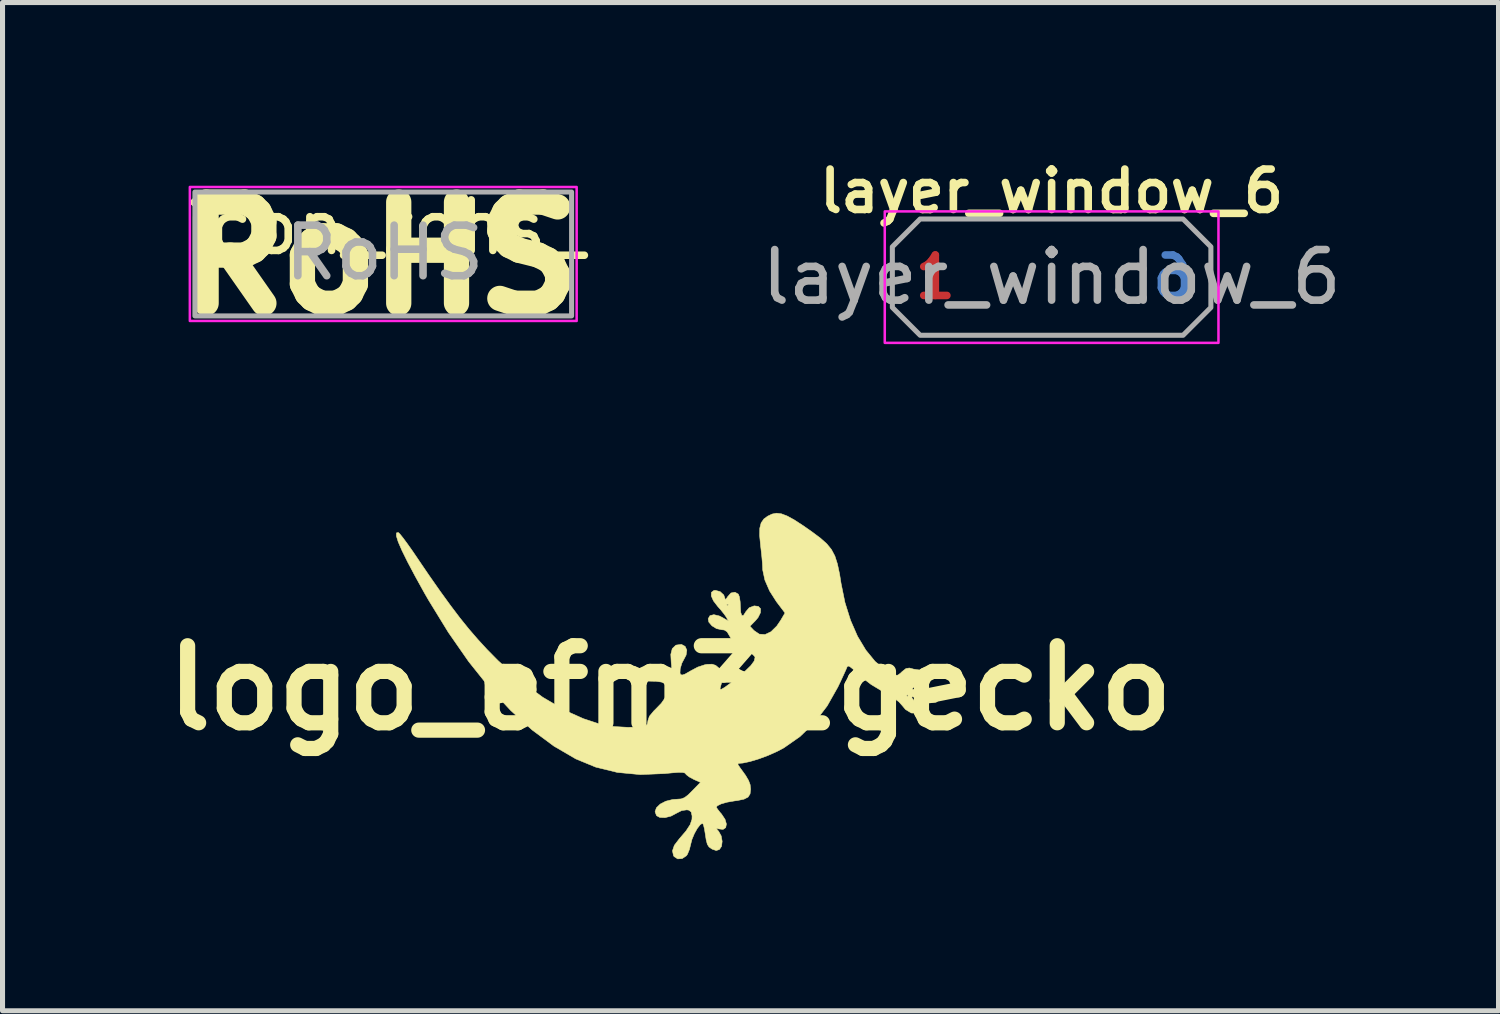
<source format=kicad_pcb>
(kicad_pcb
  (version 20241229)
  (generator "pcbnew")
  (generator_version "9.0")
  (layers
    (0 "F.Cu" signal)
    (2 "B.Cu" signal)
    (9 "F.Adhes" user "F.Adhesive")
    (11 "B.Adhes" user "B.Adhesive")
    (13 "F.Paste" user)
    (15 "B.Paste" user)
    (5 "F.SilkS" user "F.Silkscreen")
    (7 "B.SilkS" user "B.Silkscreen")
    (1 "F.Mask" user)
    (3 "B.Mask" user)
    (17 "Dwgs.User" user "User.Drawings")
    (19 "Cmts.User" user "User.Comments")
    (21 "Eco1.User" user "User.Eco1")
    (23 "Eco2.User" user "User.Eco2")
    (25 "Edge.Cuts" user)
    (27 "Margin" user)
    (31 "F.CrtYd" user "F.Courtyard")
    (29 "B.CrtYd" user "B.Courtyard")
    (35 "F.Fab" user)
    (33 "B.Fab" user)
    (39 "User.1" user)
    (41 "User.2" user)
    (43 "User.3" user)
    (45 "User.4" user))
  (footprint "icon_rohs_"
    (layer "F.Cu")
    (at 4.555 1.948)
    (property "Reference" "icon_rohs_" (at 0 -0.5 0) (unlocked yes) (layer "F.SilkS") (effects (font (size 1 1) (thickness 0.15))))
    (attr exclude_from_pos_files exclude_from_bom)
    (fp_rect (start -3.85 -1.3) (end 3.8 1.35) (stroke (width 0.05) (type solid)) (fill no) (layer "F.CrtYd"))
    (fp_rect (start 3.7 -1.2) (end -3.75 1.25) (stroke (width 0.1) (type solid)) (fill no) (layer "F.Fab"))
    (fp_text user "RoHS" (at -0.1 0.1 0) (unlocked yes) (layer "F.SilkS") (effects (font (size 2 2) (thickness 0.5))))
    (fp_text user "RoHS" (at 0 0 0) (unlocked yes) (layer "F.Fab") (effects (font (size 1 1) (thickness 0.15)))))
  (footprint "layer_window_6"
    (layer "F.Cu")
    (at 17.749 2.431)
    (property "Reference" "layer_window_6" (at 0 -1.7 0) (layer "F.SilkS") (effects (font (size 0.8 0.8) (thickness 0.15))))
    (fp_rect (start -2.6 -0.6) (end 2.6 0.6) (stroke (width 1.2) (type solid)) (fill yes) (layer "F.Mask"))
    (fp_rect (start -2.6 -0.6) (end 2.6 0.6) (stroke (width 1.2) (type solid)) (fill yes) (layer "B.Mask"))
    (fp_rect (start -3.3 -1.3) (end 3.3 1.3) (stroke (width 0.05) (type default)) (fill no) (layer "F.CrtYd"))
    (fp_poly (pts (xy -2.6 -1.15) (xy -3.15 -0.6) (xy -3.15 0.6) (xy -2.6 1.15) (xy 2.6 1.15) (xy 3.15 0.6) (xy 3.15 -0.6) (xy 2.6 -1.15)) (stroke (width 0.1) (type solid)) (fill no) (layer "F.Fab"))
    (fp_text user "1" (at -2.3 0 0) (unlocked yes) (layer "F.Cu") (effects (font (size 0.8 0.8) (thickness 0.15))))
    (fp_text user "6" (at 2.4 0 0) (unlocked yes) (layer "B.Cu") (effects (font (size 0.8 0.8) (thickness 0.15)) (justify mirror)))
    (fp_text user "2" (at -1.44 -0.02 0) (unlocked yes) (layer "In1.Cu") (effects (font (size 0.8 0.8) (thickness 0.15))))
    (fp_text user "3" (at -0.46 0.01 0) (unlocked yes) (layer "In2.Cu") (effects (font (size 0.8 0.8) (thickness 0.15))))
    (fp_text user "4" (at 0.49 0 0) (unlocked yes) (layer "In3.Cu") (effects (font (size 0.8 0.8) (thickness 0.15)) (justify mirror)))
    (fp_text user "5" (at 1.54 0 0) (unlocked yes) (layer "In4.Cu") (effects (font (size 0.8 0.8) (thickness 0.15)) (justify mirror)))
    (fp_text user "${REFERENCE}" (at 0 0 0) (layer "F.Fab") (effects (font (size 1 1) (thickness 0.15))))
    (zone (net_name "") (layers "F.Cu" "B.Cu") (name "layer_window_keepout") (hatch edge 0.5) (connect_pads) (min_thickness 0.25) (filled_areas_thickness no) (keepout (tracks not_allowed) (vias not_allowed) (pads not_allowed) (copperpour not_allowed) (footprints not_allowed)) (placement (enabled no)) (fill) (polygon (pts (xy 15.116 1.433) (xy 15.076 1.438) (xy 15.037 1.447) (xy 14.999 1.461) (xy 14.963 1.477) (xy 14.929 1.498) (xy 14.896 1.521) (xy 14.867 1.548) (xy 14.84 1.577) (xy 14.816 1.609) (xy 14.795 1.644) (xy 14.779 1.68) (xy 14.765 1.718) (xy 14.756 1.757) (xy 14.75 1.796) (xy 14.749 1.831) (xy 14.749 3.031) (xy 14.749 3.048) (xy 14.753 3.087) (xy 14.76 3.127) (xy 14.772 3.165) (xy 14.787 3.202) (xy 14.806 3.237) (xy 14.828 3.27) (xy 14.854 3.301) (xy 14.882 3.329) (xy 14.914 3.355) (xy 14.947 3.377) (xy 14.982 3.395) (xy 15.019 3.41) (xy 15.058 3.421) (xy 15.097 3.428) (xy 15.138 3.431) (xy 15.149 3.431) (xy 20.349 3.431) (xy 20.382 3.43) (xy 20.422 3.425) (xy 20.46 3.415) (xy 20.498 3.402) (xy 20.535 3.385) (xy 20.569 3.365) (xy 20.601 3.341) (xy 20.631 3.315) (xy 20.658 3.285) (xy 20.682 3.253) (xy 20.702 3.219) (xy 20.719 3.182) (xy 20.732 3.145) (xy 20.742 3.106) (xy 20.747 3.066) (xy 20.749 3.031) (xy 20.749 1.831) (xy 20.748 1.803) (xy 20.743 1.763) (xy 20.734 1.724) (xy 20.722 1.686) (xy 20.705 1.65) (xy 20.685 1.615) (xy 20.662 1.583) (xy 20.636 1.553) (xy 20.606 1.525) (xy 20.575 1.501) (xy 20.541 1.48) (xy 20.505 1.463) (xy 20.467 1.45) (xy 20.428 1.44) (xy 20.389 1.433) (xy 20.349 1.431) (xy 15.149 1.431)))))
  (footprint "logo_efm32gecko"
    (layer "F.Cu")
    (at 10.204 10.556)
    (property "Reference" "logo_efm32gecko" (at 0 0 0) (layer "F.SilkS") (effects (font (size 1.524 1.524) (thickness 0.3))))
    (attr through_hole)
    (fp_poly (pts (xy 2.201 -3.444) (xy 2.316 -3.4) (xy 2.458 -3.322) (xy 2.636 -3.206) (xy 2.806 -3.087) (xy 2.972 -2.963) (xy 3.097 -2.852) (xy 3.19 -2.738) (xy 3.258 -2.61) (xy 3.309 -2.451) (xy 3.352 -2.249) (xy 3.381 -2.066) (xy 3.458 -1.688) (xy 3.568 -1.338) (xy 3.706 -1.022) (xy 3.87 -0.749) (xy 4.054 -0.524) (xy 4.255 -0.355) (xy 4.373 -0.287) (xy 4.453 -0.252) (xy 4.504 -0.253) (xy 4.556 -0.292) (xy 4.586 -0.321) (xy 4.664 -0.383) (xy 4.731 -0.394) (xy 4.752 -0.389) (xy 4.815 -0.372) (xy 4.899 -0.359) (xy 5.024 -0.346) (xy 5.063 -0.343) (xy 5.105 -0.314) (xy 5.109 -0.254) (xy 5.077 -0.185) (xy 5.055 -0.162) (xy 4.984 -0.111) (xy 4.891 -0.057) (xy 4.882 -0.052) (xy 4.814 -0.011) (xy 4.786 0.019) (xy 4.787 0.023) (xy 4.828 0.032) (xy 4.916 0.038) (xy 5.008 0.038) (xy 5.159 0.049) (xy 5.27 0.084) (xy 5.334 0.136) (xy 5.342 0.203) (xy 5.331 0.226) (xy 5.259 0.284) (xy 5.148 0.295) (xy 5.011 0.259) (xy 4.966 0.239) (xy 4.848 0.188) (xy 4.786 0.173) (xy 4.781 0.197) (xy 4.831 0.258) (xy 4.861 0.286) (xy 4.944 0.381) (xy 4.966 0.451) (xy 4.928 0.494) (xy 4.897 0.503) (xy 4.768 0.495) (xy 4.654 0.425) (xy 4.597 0.356) (xy 4.523 0.273) (xy 4.4 0.183) (xy 4.347 0.152) (xy 4.674 0.152) (xy 4.691 0.169) (xy 4.707 0.152) (xy 4.691 0.135) (xy 4.674 0.152) (xy 4.347 0.152) (xy 4.22 0.08) (xy 4.216 0.077) (xy 3.975 -0.068) (xy 3.769 -0.227) (xy 3.715 -0.278) (xy 3.616 -0.373) (xy 3.553 -0.423) (xy 3.517 -0.434) (xy 3.499 -0.414) (xy 3.477 -0.361) (xy 3.432 -0.262) (xy 3.372 -0.132) (xy 3.317 -0.017) (xy 3.106 0.356) (xy 2.855 0.685) (xy 2.568 0.962) (xy 2.252 1.183) (xy 2.117 1.255) (xy 1.938 1.335) (xy 1.752 1.404) (xy 1.579 1.456) (xy 1.436 1.486) (xy 1.379 1.49) (xy 1.342 1.495) (xy 1.343 1.52) (xy 1.384 1.58) (xy 1.395 1.595) (xy 1.492 1.729) (xy 1.551 1.83) (xy 1.582 1.912) (xy 1.591 1.994) (xy 1.592 2.002) (xy 1.581 2.096) (xy 1.541 2.159) (xy 1.461 2.2) (xy 1.327 2.228) (xy 1.276 2.234) (xy 1.126 2.26) (xy 1.007 2.294) (xy 0.933 2.331) (xy 0.914 2.359) (xy 0.935 2.394) (xy 0.986 2.46) (xy 1.016 2.494) (xy 1.086 2.599) (xy 1.113 2.692) (xy 1.099 2.763) (xy 1.047 2.798) (xy 0.958 2.788) (xy 0.957 2.787) (xy 0.92 2.777) (xy 0.927 2.798) (xy 0.961 2.838) (xy 1.01 2.927) (xy 1.029 3.034) (xy 1.017 3.132) (xy 0.974 3.196) (xy 0.973 3.196) (xy 0.911 3.216) (xy 0.835 3.19) (xy 0.821 3.182) (xy 0.769 3.145) (xy 0.736 3.093) (xy 0.713 3.006) (xy 0.697 2.903) (xy 0.679 2.789) (xy 0.659 2.708) (xy 0.642 2.675) (xy 0.642 2.675) (xy 0.594 2.705) (xy 0.536 2.78) (xy 0.479 2.882) (xy 0.432 2.994) (xy 0.409 3.083) (xy 0.381 3.196) (xy 0.342 3.29) (xy 0.322 3.319) (xy 0.238 3.375) (xy 0.15 3.381) (xy 0.079 3.336) (xy 0.067 3.318) (xy 0.046 3.222) (xy 0.083 3.113) (xy 0.18 2.986) (xy 0.185 2.98) (xy 0.315 2.828) (xy 0.396 2.704) (xy 0.432 2.599) (xy 0.434 2.532) (xy 0.416 2.453) (xy 0.372 2.418) (xy 0.33 2.411) (xy 0.227 2.426) (xy 0.134 2.473) (xy 0.018 2.535) (xy -0.101 2.565) (xy -0.205 2.561) (xy -0.269 2.526) (xy -0.298 2.448) (xy -0.271 2.37) (xy -0.197 2.298) (xy -0.087 2.241) (xy 0.05 2.207) (xy 0.137 2.201) (xy 0.218 2.195) (xy 0.286 2.169) (xy 0.36 2.112) (xy 0.437 2.035) (xy 0.6 1.868) (xy 0.468 1.809) (xy 0.379 1.761) (xy 0.318 1.714) (xy 0.309 1.701) (xy 0.288 1.681) (xy 0.245 1.671) (xy 0.169 1.67) (xy 0.048 1.679) (xy -0.11 1.694) (xy -0.59 1.714) (xy -1.044 1.671) (xy -1.472 1.566) (xy -1.865 1.404) (xy -2.3 1.15) (xy -2.731 0.83) (xy -3.156 0.443) (xy -3.574 -0.008) (xy -3.985 -0.522) (xy -4.387 -1.1) (xy -4.779 -1.739) (xy -4.858 -1.876) (xy -5.044 -2.212) (xy -5.193 -2.493) (xy -5.304 -2.718) (xy -5.378 -2.888) (xy -5.414 -3.004) (xy -5.413 -3.066) (xy -5.376 -3.074) (xy -5.344 -3.043) (xy -5.281 -2.965) (xy -5.197 -2.851) (xy -5.097 -2.71) (xy -5.038 -2.623) (xy -4.782 -2.246) (xy -4.554 -1.92) (xy -4.348 -1.636) (xy -4.159 -1.386) (xy -3.979 -1.163) (xy -3.803 -0.959) (xy -3.625 -0.765) (xy -3.438 -0.575) (xy -3.399 -0.536) (xy -2.962 -0.143) (xy -2.519 0.185) (xy -2.072 0.447) (xy -2.049 0.459) (xy -1.716 0.608) (xy -1.41 0.709) (xy -1.112 0.764) (xy -0.844 0.779) (xy -0.672 0.777) (xy -0.556 0.768) (xy -0.487 0.749) (xy -0.452 0.716) (xy -0.441 0.665) (xy -0.44 0.651) (xy -0.411 0.563) (xy -0.403 0.552) (xy -0.065 0.552) (xy -0.058 0.589) (xy -0.04 0.57) (xy -0.011 0.508) (xy 0.032 0.416) (xy 0.071 0.345) (xy 0.075 0.339) (xy 0.078 0.328) (xy 0.043 0.36) (xy 0.021 0.383) (xy -0.037 0.464) (xy -0.065 0.541) (xy -0.065 0.552) (xy -0.403 0.552) (xy -0.323 0.455) (xy -0.293 0.426) (xy -0.174 0.303) (xy -0.103 0.201) (xy -0.072 0.102) (xy -0.068 0.043) (xy -0.076 -0.034) (xy -0.106 -0.086) (xy -0.171 -0.116) (xy -0.28 -0.131) (xy -0.445 -0.135) (xy -0.461 -0.135) (xy -0.637 -0.137) (xy -0.756 -0.146) (xy -0.829 -0.163) (xy -0.866 -0.194) (xy -0.88 -0.242) (xy -0.881 -0.268) (xy -0.859 -0.374) (xy -0.798 -0.429) (xy -0.703 -0.43) (xy -0.581 -0.376) (xy -0.549 -0.356) (xy -0.393 -0.288) (xy -0.215 -0.271) (xy -0.049 -0.306) (xy 0.007 -0.332) (xy 0.03 -0.371) (xy 0.028 -0.443) (xy 0.022 -0.495) (xy 0.013 -0.663) (xy 0.042 -0.777) (xy 0.109 -0.842) (xy 0.123 -0.848) (xy 0.224 -0.861) (xy 0.296 -0.822) (xy 0.33 -0.748) (xy 0.316 -0.65) (xy 0.29 -0.6) (xy 0.232 -0.49) (xy 0.199 -0.38) (xy 0.195 -0.294) (xy 0.204 -0.27) (xy 0.234 -0.254) (xy 0.292 -0.272) (xy 0.39 -0.328) (xy 0.405 -0.337) (xy 0.546 -0.412) (xy 0.685 -0.458) (xy 0.727 -0.466) (xy 0.83 -0.47) (xy 0.9 -0.447) (xy 0.966 -0.392) (xy 1.027 -0.318) (xy 1.042 -0.245) (xy 1.034 -0.182) (xy 1.014 -0.088) (xy 0.995 -0.018) (xy 0.993 -0.015) (xy 0.987 0.024) (xy 1.013 0.027) (xy 1.076 -0.009) (xy 1.181 -0.085) (xy 1.309 -0.185) (xy 1.48 -0.329) (xy 1.597 -0.443) (xy 1.662 -0.532) (xy 1.679 -0.601) (xy 1.674 -0.62) (xy 1.637 -0.659) (xy 1.557 -0.717) (xy 1.45 -0.781) (xy 1.446 -0.783) (xy 1.311 -0.868) (xy 1.224 -0.949) (xy 1.177 -1.025) (xy 1.127 -1.11) (xy 1.071 -1.146) (xy 1.02 -1.151) (xy 0.918 -1.173) (xy 0.827 -1.229) (xy 0.765 -1.302) (xy 0.752 -1.367) (xy 0.788 -1.43) (xy 0.865 -1.449) (xy 0.971 -1.424) (xy 1.035 -1.392) (xy 1.153 -1.322) (xy 1.115 -1.394) (xy 1.07 -1.459) (xy 0.998 -1.549) (xy 0.944 -1.609) (xy 0.918 -1.643) (xy 1.118 -1.643) (xy 1.135 -1.626) (xy 1.151 -1.643) (xy 1.135 -1.659) (xy 1.118 -1.643) (xy 0.918 -1.643) (xy 0.857 -1.722) (xy 0.814 -1.819) (xy 0.816 -1.89) (xy 0.865 -1.927) (xy 0.895 -1.93) (xy 0.99 -1.904) (xy 1.061 -1.838) (xy 1.085 -1.767) (xy 1.097 -1.746) (xy 1.129 -1.79) (xy 1.137 -1.803) (xy 1.203 -1.878) (xy 1.282 -1.893) (xy 1.348 -1.856) (xy 1.37 -1.802) (xy 1.385 -1.704) (xy 1.389 -1.619) (xy 1.396 -1.495) (xy 1.417 -1.433) (xy 1.45 -1.434) (xy 1.493 -1.5) (xy 1.497 -1.508) (xy 1.564 -1.586) (xy 1.662 -1.623) (xy 1.744 -1.613) (xy 1.789 -1.566) (xy 1.786 -1.488) (xy 1.739 -1.393) (xy 1.687 -1.331) (xy 1.579 -1.22) (xy 1.659 -1.135) (xy 1.763 -1.064) (xy 1.877 -1.056) (xy 1.994 -1.111) (xy 2.11 -1.225) (xy 2.186 -1.337) (xy 2.272 -1.483) (xy 2.102 -1.707) (xy 1.967 -1.919) (xy 1.874 -2.133) (xy 1.831 -2.333) (xy 1.829 -2.385) (xy 1.825 -2.464) (xy 1.814 -2.59) (xy 1.798 -2.739) (xy 1.789 -2.815) (xy 1.77 -3.014) (xy 1.773 -3.16) (xy 1.8 -3.265) (xy 1.854 -3.342) (xy 1.929 -3.397) (xy 2.016 -3.439) (xy 2.104 -3.456) (xy 2.201 -3.444)) (stroke (width 0.01) (type solid)) (fill yes) (layer "F.SilkS")))
  (gr_rect
    (start -3 -3)
    (end 26.588 16.941)
    (stroke (width 0.1) (type default))
    (fill no)
    (layer "Edge.Cuts")))
</source>
